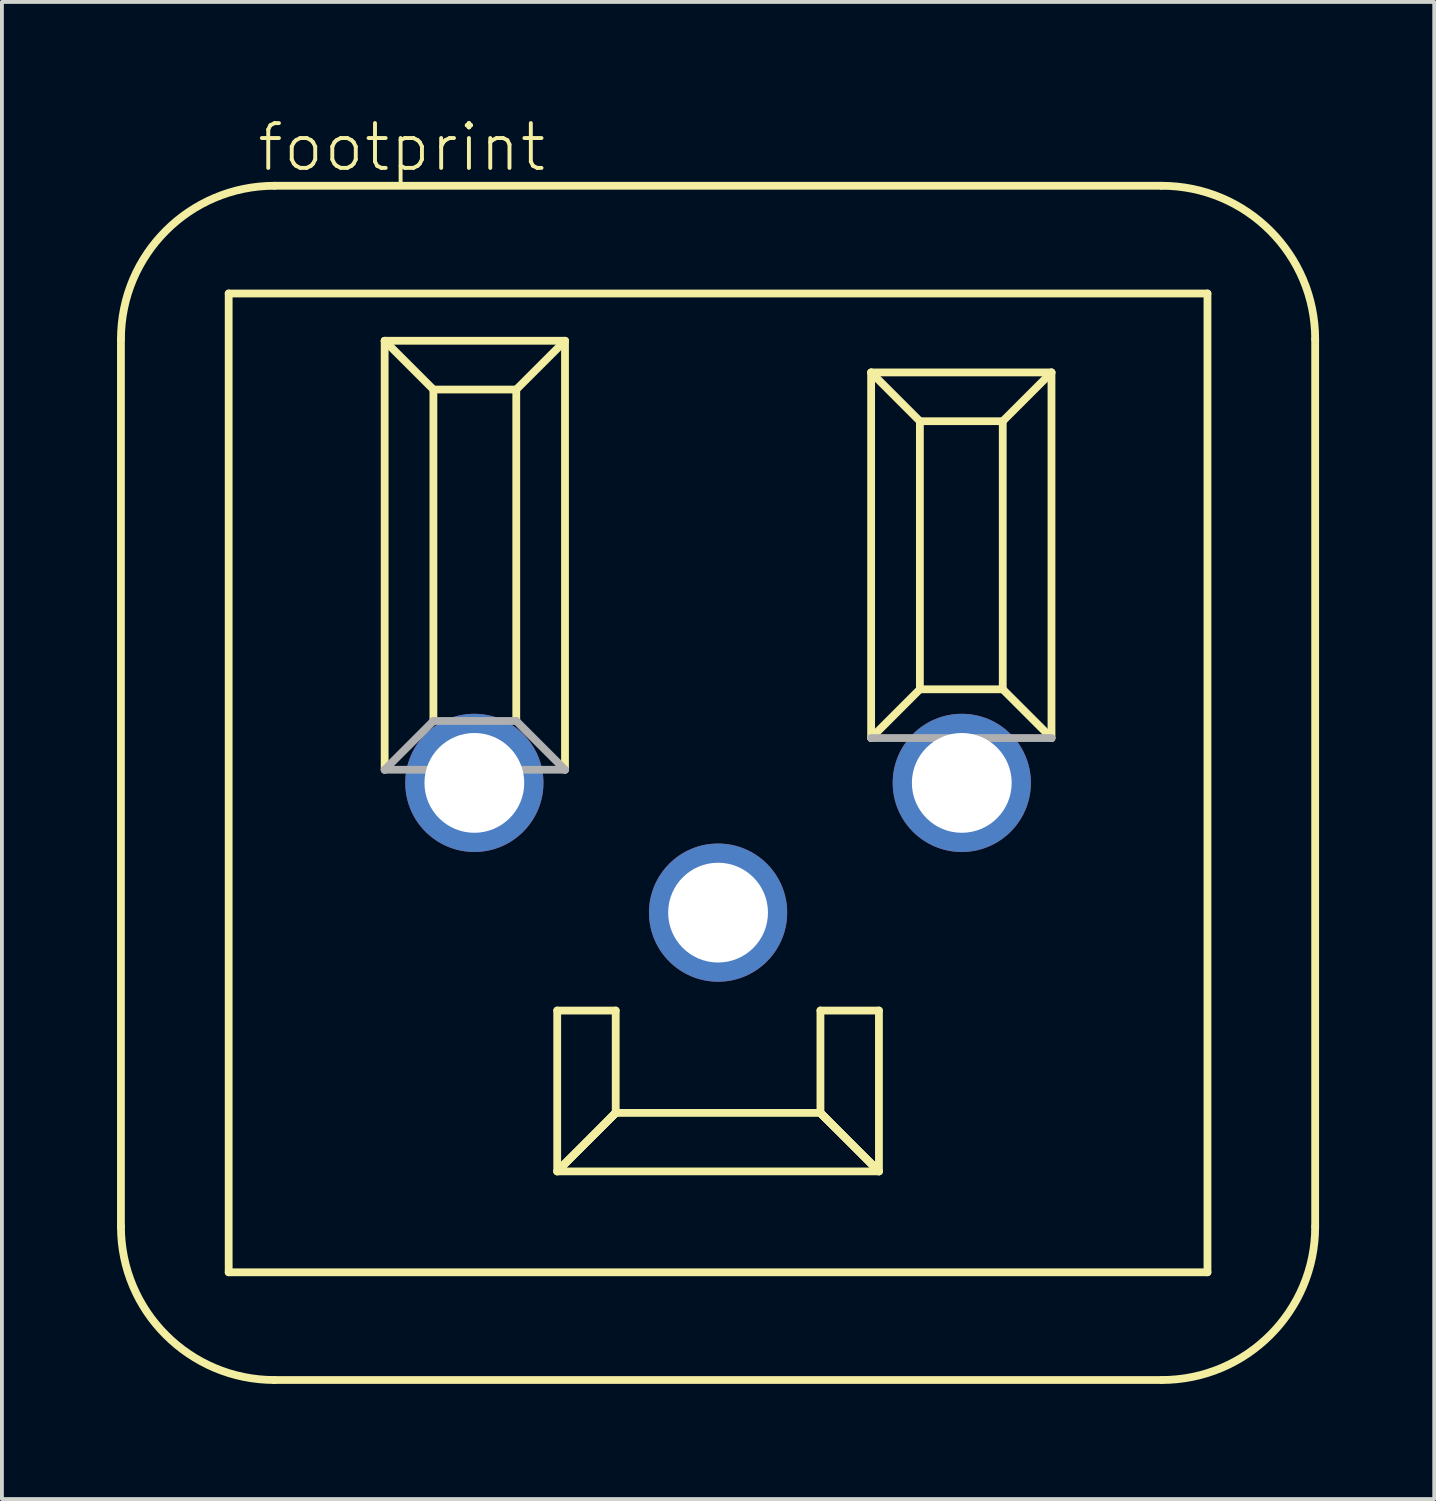
<source format=kicad_pcb>
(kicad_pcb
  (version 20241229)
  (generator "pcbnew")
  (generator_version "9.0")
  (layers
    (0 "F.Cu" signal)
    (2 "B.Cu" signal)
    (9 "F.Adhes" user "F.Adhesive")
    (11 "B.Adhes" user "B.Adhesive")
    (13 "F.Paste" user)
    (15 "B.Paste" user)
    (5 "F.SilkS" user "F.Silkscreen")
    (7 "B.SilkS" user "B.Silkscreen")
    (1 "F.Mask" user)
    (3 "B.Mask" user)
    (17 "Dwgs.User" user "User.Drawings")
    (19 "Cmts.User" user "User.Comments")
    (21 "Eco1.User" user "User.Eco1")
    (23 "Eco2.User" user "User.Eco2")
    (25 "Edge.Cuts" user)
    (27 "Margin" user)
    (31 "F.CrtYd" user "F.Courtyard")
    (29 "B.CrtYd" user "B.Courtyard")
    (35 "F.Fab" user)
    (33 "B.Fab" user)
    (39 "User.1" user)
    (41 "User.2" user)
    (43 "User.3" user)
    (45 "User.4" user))
  (footprint "footprint"
    (layer "F.Cu")
    (at 15.659 17.348)
    (property "Reference" "footprint" (at -12.065 -15.875 0) (layer "F.SilkS") (effects (font (size 1.168 1.168) (thickness 0.102)) (justify left bottom)))
    (fp_line (start -15.558 -11.558) (end -15.558 11.557) (stroke (width 0.203) (type solid)) (layer "F.SilkS"))
    (fp_line (start -12.751 -12.751) (end 12.751 -12.751) (stroke (width 0.203) (type solid)) (layer "F.SilkS"))
    (fp_line (start -12.751 12.751) (end -12.751 -12.751) (stroke (width 0.203) (type solid)) (layer "F.SilkS"))
    (fp_line (start -11.558 15.557) (end 11.557 15.557) (stroke (width 0.203) (type solid)) (layer "F.SilkS"))
    (fp_line (start -8.687 -11.519) (end -3.988 -11.519) (stroke (width 0.203) (type solid)) (layer "F.SilkS"))
    (fp_line (start -8.687 -0.343) (end -8.687 -11.519) (stroke (width 0.203) (type solid)) (layer "F.SilkS"))
    (fp_line (start -7.417 -10.249) (end -8.687 -11.519) (stroke (width 0.203) (type solid)) (layer "F.SilkS"))
    (fp_line (start -7.417 -10.249) (end -5.258 -10.249) (stroke (width 0.203) (type solid)) (layer "F.SilkS"))
    (fp_line (start -7.417 -1.613) (end -7.417 -10.249) (stroke (width 0.203) (type solid)) (layer "F.SilkS"))
    (fp_line (start -5.258 -10.249) (end -5.258 -1.613) (stroke (width 0.203) (type solid)) (layer "F.SilkS"))
    (fp_line (start -5.258 -10.249) (end -3.988 -11.519) (stroke (width 0.203) (type solid)) (layer "F.SilkS"))
    (fp_line (start -4.191 5.931) (end -2.667 5.931) (stroke (width 0.203) (type solid)) (layer "F.SilkS"))
    (fp_line (start -4.191 10.122) (end -4.191 5.931) (stroke (width 0.203) (type solid)) (layer "F.SilkS"))
    (fp_line (start -4.178 10.108) (end -4.191 10.122) (stroke (width 0.203) (type solid)) (layer "F.SilkS"))
    (fp_line (start -4.165 10.095) (end -4.178 10.108) (stroke (width 0.203) (type solid)) (layer "F.SilkS"))
    (fp_line (start -4.151 10.082) (end -4.165 10.095) (stroke (width 0.203) (type solid)) (layer "F.SilkS"))
    (fp_line (start -4.138 10.068) (end -4.151 10.082) (stroke (width 0.203) (type solid)) (layer "F.SilkS"))
    (fp_line (start -4.124 10.055) (end -4.138 10.068) (stroke (width 0.203) (type solid)) (layer "F.SilkS"))
    (fp_line (start -4.111 10.042) (end -4.124 10.055) (stroke (width 0.203) (type solid)) (layer "F.SilkS"))
    (fp_line (start -4.098 10.028) (end -4.111 10.042) (stroke (width 0.203) (type solid)) (layer "F.SilkS"))
    (fp_line (start -4.084 10.015) (end -4.098 10.028) (stroke (width 0.203) (type solid)) (layer "F.SilkS"))
    (fp_line (start -4.071 10.001) (end -4.084 10.015) (stroke (width 0.203) (type solid)) (layer "F.SilkS"))
    (fp_line (start -4.057 9.988) (end -4.071 10.001) (stroke (width 0.203) (type solid)) (layer "F.SilkS"))
    (fp_line (start -4.044 9.975) (end -4.057 9.988) (stroke (width 0.203) (type solid)) (layer "F.SilkS"))
    (fp_line (start -4.03 9.961) (end -4.044 9.975) (stroke (width 0.203) (type solid)) (layer "F.SilkS"))
    (fp_line (start -4.016 9.947) (end -4.03 9.961) (stroke (width 0.203) (type solid)) (layer "F.SilkS"))
    (fp_line (start -4.001 9.932) (end -4.016 9.947) (stroke (width 0.203) (type solid)) (layer "F.SilkS"))
    (fp_line (start -3.988 -11.519) (end -3.988 -0.343) (stroke (width 0.203) (type solid)) (layer "F.SilkS"))
    (fp_line (start -3.985 9.916) (end -4.001 9.932) (stroke (width 0.203) (type solid)) (layer "F.SilkS"))
    (fp_line (start -3.969 9.9) (end -3.985 9.916) (stroke (width 0.203) (type solid)) (layer "F.SilkS"))
    (fp_line (start -3.953 9.883) (end -3.969 9.9) (stroke (width 0.203) (type solid)) (layer "F.SilkS"))
    (fp_line (start -3.935 9.866) (end -3.953 9.883) (stroke (width 0.203) (type solid)) (layer "F.SilkS"))
    (fp_line (start -3.917 9.848) (end -3.935 9.866) (stroke (width 0.203) (type solid)) (layer "F.SilkS"))
    (fp_line (start -3.899 9.829) (end -3.917 9.848) (stroke (width 0.203) (type solid)) (layer "F.SilkS"))
    (fp_line (start -3.879 9.81) (end -3.899 9.829) (stroke (width 0.203) (type solid)) (layer "F.SilkS"))
    (fp_line (start -3.86 9.79) (end -3.879 9.81) (stroke (width 0.203) (type solid)) (layer "F.SilkS"))
    (fp_line (start -3.84 9.77) (end -3.86 9.79) (stroke (width 0.203) (type solid)) (layer "F.SilkS"))
    (fp_line (start -3.82 9.75) (end -3.84 9.77) (stroke (width 0.203) (type solid)) (layer "F.SilkS"))
    (fp_line (start -3.8 9.73) (end -3.82 9.75) (stroke (width 0.203) (type solid)) (layer "F.SilkS"))
    (fp_line (start -3.78 9.71) (end -3.8 9.73) (stroke (width 0.203) (type solid)) (layer "F.SilkS"))
    (fp_line (start -3.76 9.69) (end -3.78 9.71) (stroke (width 0.203) (type solid)) (layer "F.SilkS"))
    (fp_line (start -3.74 9.67) (end -3.76 9.69) (stroke (width 0.203) (type solid)) (layer "F.SilkS"))
    (fp_line (start -3.72 9.65) (end -3.74 9.67) (stroke (width 0.203) (type solid)) (layer "F.SilkS"))
    (fp_line (start -3.7 9.63) (end -3.72 9.65) (stroke (width 0.203) (type solid)) (layer "F.SilkS"))
    (fp_line (start -3.68 9.61) (end -3.7 9.63) (stroke (width 0.203) (type solid)) (layer "F.SilkS"))
    (fp_line (start -3.66 9.591) (end -3.68 9.61) (stroke (width 0.203) (type solid)) (layer "F.SilkS"))
    (fp_line (start -3.64 9.571) (end -3.66 9.591) (stroke (width 0.203) (type solid)) (layer "F.SilkS"))
    (fp_line (start -3.62 9.551) (end -3.64 9.571) (stroke (width 0.203) (type solid)) (layer "F.SilkS"))
    (fp_line (start -3.601 9.531) (end -3.62 9.551) (stroke (width 0.203) (type solid)) (layer "F.SilkS"))
    (fp_line (start -3.581 9.512) (end -3.601 9.531) (stroke (width 0.203) (type solid)) (layer "F.SilkS"))
    (fp_line (start -3.561 9.492) (end -3.581 9.512) (stroke (width 0.203) (type solid)) (layer "F.SilkS"))
    (fp_line (start -3.542 9.473) (end -3.561 9.492) (stroke (width 0.203) (type solid)) (layer "F.SilkS"))
    (fp_line (start -3.523 9.453) (end -3.542 9.473) (stroke (width 0.203) (type solid)) (layer "F.SilkS"))
    (fp_line (start -3.503 9.434) (end -3.523 9.453) (stroke (width 0.203) (type solid)) (layer "F.SilkS"))
    (fp_line (start -3.484 9.415) (end -3.503 9.434) (stroke (width 0.203) (type solid)) (layer "F.SilkS"))
    (fp_line (start -3.465 9.395) (end -3.484 9.415) (stroke (width 0.203) (type solid)) (layer "F.SilkS"))
    (fp_line (start -3.446 9.376) (end -3.465 9.395) (stroke (width 0.203) (type solid)) (layer "F.SilkS"))
    (fp_line (start -3.427 9.357) (end -3.446 9.376) (stroke (width 0.203) (type solid)) (layer "F.SilkS"))
    (fp_line (start -3.408 9.338) (end -3.427 9.357) (stroke (width 0.203) (type solid)) (layer "F.SilkS"))
    (fp_line (start -3.389 9.32) (end -3.408 9.338) (stroke (width 0.203) (type solid)) (layer "F.SilkS"))
    (fp_line (start -3.37 9.301) (end -3.389 9.32) (stroke (width 0.203) (type solid)) (layer "F.SilkS"))
    (fp_line (start -3.352 9.282) (end -3.37 9.301) (stroke (width 0.203) (type solid)) (layer "F.SilkS"))
    (fp_line (start -3.333 9.264) (end -3.352 9.282) (stroke (width 0.203) (type solid)) (layer "F.SilkS"))
    (fp_line (start -3.315 9.246) (end -3.333 9.264) (stroke (width 0.203) (type solid)) (layer "F.SilkS"))
    (fp_line (start -3.297 9.227) (end -3.315 9.246) (stroke (width 0.203) (type solid)) (layer "F.SilkS"))
    (fp_line (start -3.279 9.209) (end -3.297 9.227) (stroke (width 0.203) (type solid)) (layer "F.SilkS"))
    (fp_line (start -3.261 9.191) (end -3.279 9.209) (stroke (width 0.203) (type solid)) (layer "F.SilkS"))
    (fp_line (start -3.243 9.174) (end -3.261 9.191) (stroke (width 0.203) (type solid)) (layer "F.SilkS"))
    (fp_line (start -3.225 9.156) (end -3.243 9.174) (stroke (width 0.203) (type solid)) (layer "F.SilkS"))
    (fp_line (start -3.208 9.138) (end -3.225 9.156) (stroke (width 0.203) (type solid)) (layer "F.SilkS"))
    (fp_line (start -3.19 9.121) (end -3.208 9.138) (stroke (width 0.203) (type solid)) (layer "F.SilkS"))
    (fp_line (start -3.173 9.104) (end -3.19 9.121) (stroke (width 0.203) (type solid)) (layer "F.SilkS"))
    (fp_line (start -3.156 9.087) (end -3.173 9.104) (stroke (width 0.203) (type solid)) (layer "F.SilkS"))
    (fp_line (start -3.14 9.07) (end -3.156 9.087) (stroke (width 0.203) (type solid)) (layer "F.SilkS"))
    (fp_line (start -3.123 9.054) (end -3.14 9.07) (stroke (width 0.203) (type solid)) (layer "F.SilkS"))
    (fp_line (start -3.107 9.037) (end -3.123 9.054) (stroke (width 0.203) (type solid)) (layer "F.SilkS"))
    (fp_line (start -3.09 9.021) (end -3.107 9.037) (stroke (width 0.203) (type solid)) (layer "F.SilkS"))
    (fp_line (start -3.074 9.005) (end -3.09 9.021) (stroke (width 0.203) (type solid)) (layer "F.SilkS"))
    (fp_line (start -3.058 8.989) (end -3.074 9.005) (stroke (width 0.203) (type solid)) (layer "F.SilkS"))
    (fp_line (start -3.043 8.973) (end -3.058 8.989) (stroke (width 0.203) (type solid)) (layer "F.SilkS"))
    (fp_line (start -3.027 8.958) (end -3.043 8.973) (stroke (width 0.203) (type solid)) (layer "F.SilkS"))
    (fp_line (start -3.012 8.943) (end -3.027 8.958) (stroke (width 0.203) (type solid)) (layer "F.SilkS"))
    (fp_line (start -2.997 8.928) (end -3.012 8.943) (stroke (width 0.203) (type solid)) (layer "F.SilkS"))
    (fp_line (start -2.983 8.913) (end -2.997 8.928) (stroke (width 0.203) (type solid)) (layer "F.SilkS"))
    (fp_line (start -2.968 8.899) (end -2.983 8.913) (stroke (width 0.203) (type solid)) (layer "F.SilkS"))
    (fp_line (start -2.954 8.885) (end -2.968 8.899) (stroke (width 0.203) (type solid)) (layer "F.SilkS"))
    (fp_line (start -2.94 8.871) (end -2.954 8.885) (stroke (width 0.203) (type solid)) (layer "F.SilkS"))
    (fp_line (start -2.927 8.858) (end -2.94 8.871) (stroke (width 0.203) (type solid)) (layer "F.SilkS"))
    (fp_line (start -2.914 8.844) (end -2.927 8.858) (stroke (width 0.203) (type solid)) (layer "F.SilkS"))
    (fp_line (start -2.901 8.831) (end -2.914 8.844) (stroke (width 0.203) (type solid)) (layer "F.SilkS"))
    (fp_line (start -2.888 8.818) (end -2.901 8.831) (stroke (width 0.203) (type solid)) (layer "F.SilkS"))
    (fp_line (start -2.875 8.806) (end -2.888 8.818) (stroke (width 0.203) (type solid)) (layer "F.SilkS"))
    (fp_line (start -2.863 8.794) (end -2.875 8.806) (stroke (width 0.203) (type solid)) (layer "F.SilkS"))
    (fp_line (start -2.852 8.782) (end -2.863 8.794) (stroke (width 0.203) (type solid)) (layer "F.SilkS"))
    (fp_line (start -2.84 8.771) (end -2.852 8.782) (stroke (width 0.203) (type solid)) (layer "F.SilkS"))
    (fp_line (start -2.829 8.76) (end -2.84 8.771) (stroke (width 0.203) (type solid)) (layer "F.SilkS"))
    (fp_line (start -2.819 8.75) (end -2.829 8.76) (stroke (width 0.203) (type solid)) (layer "F.SilkS"))
    (fp_line (start -2.809 8.739) (end -2.819 8.75) (stroke (width 0.203) (type solid)) (layer "F.SilkS"))
    (fp_line (start -2.799 8.73) (end -2.809 8.739) (stroke (width 0.203) (type solid)) (layer "F.SilkS"))
    (fp_line (start -2.79 8.72) (end -2.799 8.73) (stroke (width 0.203) (type solid)) (layer "F.SilkS"))
    (fp_line (start -2.781 8.711) (end -2.79 8.72) (stroke (width 0.203) (type solid)) (layer "F.SilkS"))
    (fp_line (start -2.772 8.702) (end -2.781 8.711) (stroke (width 0.203) (type solid)) (layer "F.SilkS"))
    (fp_line (start -2.764 8.694) (end -2.772 8.702) (stroke (width 0.203) (type solid)) (layer "F.SilkS"))
    (fp_line (start -2.756 8.686) (end -2.764 8.694) (stroke (width 0.203) (type solid)) (layer "F.SilkS"))
    (fp_line (start -2.748 8.679) (end -2.756 8.686) (stroke (width 0.203) (type solid)) (layer "F.SilkS"))
    (fp_line (start -2.741 8.672) (end -2.748 8.679) (stroke (width 0.203) (type solid)) (layer "F.SilkS"))
    (fp_line (start -2.734 8.665) (end -2.741 8.672) (stroke (width 0.203) (type solid)) (layer "F.SilkS"))
    (fp_line (start -2.728 8.659) (end -2.734 8.665) (stroke (width 0.203) (type solid)) (layer "F.SilkS"))
    (fp_line (start -2.722 8.653) (end -2.728 8.659) (stroke (width 0.203) (type solid)) (layer "F.SilkS"))
    (fp_line (start -2.717 8.647) (end -2.722 8.653) (stroke (width 0.203) (type solid)) (layer "F.SilkS"))
    (fp_line (start -2.712 8.642) (end -2.717 8.647) (stroke (width 0.203) (type solid)) (layer "F.SilkS"))
    (fp_line (start -2.707 8.637) (end -2.712 8.642) (stroke (width 0.203) (type solid)) (layer "F.SilkS"))
    (fp_line (start -2.702 8.633) (end -2.707 8.637) (stroke (width 0.203) (type solid)) (layer "F.SilkS"))
    (fp_line (start -2.698 8.629) (end -2.702 8.633) (stroke (width 0.203) (type solid)) (layer "F.SilkS"))
    (fp_line (start -2.695 8.625) (end -2.698 8.629) (stroke (width 0.203) (type solid)) (layer "F.SilkS"))
    (fp_line (start -2.691 8.621) (end -2.695 8.625) (stroke (width 0.203) (type solid)) (layer "F.SilkS"))
    (fp_line (start -2.687 8.618) (end -2.691 8.621) (stroke (width 0.203) (type solid)) (layer "F.SilkS"))
    (fp_line (start -2.684 8.614) (end -2.687 8.618) (stroke (width 0.203) (type solid)) (layer "F.SilkS"))
    (fp_line (start -2.681 8.611) (end -2.684 8.614) (stroke (width 0.203) (type solid)) (layer "F.SilkS"))
    (fp_line (start -2.678 8.608) (end -2.681 8.611) (stroke (width 0.203) (type solid)) (layer "F.SilkS"))
    (fp_line (start -2.675 8.605) (end -2.678 8.608) (stroke (width 0.203) (type solid)) (layer "F.SilkS"))
    (fp_line (start -2.672 8.603) (end -2.675 8.605) (stroke (width 0.203) (type solid)) (layer "F.SilkS"))
    (fp_line (start -2.67 8.6) (end -2.672 8.603) (stroke (width 0.203) (type solid)) (layer "F.SilkS"))
    (fp_line (start -2.667 8.598) (end -2.67 8.6) (stroke (width 0.203) (type solid)) (layer "F.SilkS"))
    (fp_line (start -2.667 8.598) (end -2.667 5.931) (stroke (width 0.203) (type solid)) (layer "F.SilkS"))
    (fp_line (start 2.667 5.931) (end 2.667 8.598) (stroke (width 0.203) (type solid)) (layer "F.SilkS"))
    (fp_line (start 2.667 8.598) (end -2.667 8.598) (stroke (width 0.203) (type solid)) (layer "F.SilkS"))
    (fp_line (start 2.667 8.598) (end 2.669 8.6) (stroke (width 0.203) (type solid)) (layer "F.SilkS"))
    (fp_line (start 2.669 8.6) (end 2.672 8.603) (stroke (width 0.203) (type solid)) (layer "F.SilkS"))
    (fp_line (start 2.672 8.603) (end 2.674 8.605) (stroke (width 0.203) (type solid)) (layer "F.SilkS"))
    (fp_line (start 2.674 8.605) (end 2.677 8.608) (stroke (width 0.203) (type solid)) (layer "F.SilkS"))
    (fp_line (start 2.677 8.608) (end 2.68 8.611) (stroke (width 0.203) (type solid)) (layer "F.SilkS"))
    (fp_line (start 2.68 8.611) (end 2.683 8.614) (stroke (width 0.203) (type solid)) (layer "F.SilkS"))
    (fp_line (start 2.683 8.614) (end 2.687 8.618) (stroke (width 0.203) (type solid)) (layer "F.SilkS"))
    (fp_line (start 2.687 8.618) (end 2.69 8.621) (stroke (width 0.203) (type solid)) (layer "F.SilkS"))
    (fp_line (start 2.69 8.621) (end 2.694 8.625) (stroke (width 0.203) (type solid)) (layer "F.SilkS"))
    (fp_line (start 2.694 8.625) (end 2.698 8.629) (stroke (width 0.203) (type solid)) (layer "F.SilkS"))
    (fp_line (start 2.698 8.629) (end 2.702 8.633) (stroke (width 0.203) (type solid)) (layer "F.SilkS"))
    (fp_line (start 2.702 8.633) (end 2.706 8.637) (stroke (width 0.203) (type solid)) (layer "F.SilkS"))
    (fp_line (start 2.706 8.637) (end 2.711 8.642) (stroke (width 0.203) (type solid)) (layer "F.SilkS"))
    (fp_line (start 2.711 8.642) (end 2.716 8.647) (stroke (width 0.203) (type solid)) (layer "F.SilkS"))
    (fp_line (start 2.716 8.647) (end 2.722 8.653) (stroke (width 0.203) (type solid)) (layer "F.SilkS"))
    (fp_line (start 2.722 8.653) (end 2.728 8.659) (stroke (width 0.203) (type solid)) (layer "F.SilkS"))
    (fp_line (start 2.728 8.659) (end 2.734 8.665) (stroke (width 0.203) (type solid)) (layer "F.SilkS"))
    (fp_line (start 2.734 8.665) (end 2.741 8.672) (stroke (width 0.203) (type solid)) (layer "F.SilkS"))
    (fp_line (start 2.741 8.672) (end 2.748 8.679) (stroke (width 0.203) (type solid)) (layer "F.SilkS"))
    (fp_line (start 2.748 8.679) (end 2.755 8.686) (stroke (width 0.203) (type solid)) (layer "F.SilkS"))
    (fp_line (start 2.755 8.686) (end 2.763 8.694) (stroke (width 0.203) (type solid)) (layer "F.SilkS"))
    (fp_line (start 2.763 8.694) (end 2.771 8.702) (stroke (width 0.203) (type solid)) (layer "F.SilkS"))
    (fp_line (start 2.771 8.702) (end 2.78 8.711) (stroke (width 0.203) (type solid)) (layer "F.SilkS"))
    (fp_line (start 2.78 8.711) (end 2.789 8.72) (stroke (width 0.203) (type solid)) (layer "F.SilkS"))
    (fp_line (start 2.789 8.72) (end 2.799 8.73) (stroke (width 0.203) (type solid)) (layer "F.SilkS"))
    (fp_line (start 2.799 8.73) (end 2.808 8.739) (stroke (width 0.203) (type solid)) (layer "F.SilkS"))
    (fp_line (start 2.808 8.739) (end 2.819 8.75) (stroke (width 0.203) (type solid)) (layer "F.SilkS"))
    (fp_line (start 2.819 8.75) (end 2.829 8.76) (stroke (width 0.203) (type solid)) (layer "F.SilkS"))
    (fp_line (start 2.829 8.76) (end 2.84 8.771) (stroke (width 0.203) (type solid)) (layer "F.SilkS"))
    (fp_line (start 2.84 8.771) (end 2.851 8.782) (stroke (width 0.203) (type solid)) (layer "F.SilkS"))
    (fp_line (start 2.851 8.782) (end 2.863 8.794) (stroke (width 0.203) (type solid)) (layer "F.SilkS"))
    (fp_line (start 2.863 8.794) (end 2.875 8.806) (stroke (width 0.203) (type solid)) (layer "F.SilkS"))
    (fp_line (start 2.875 8.806) (end 2.887 8.818) (stroke (width 0.203) (type solid)) (layer "F.SilkS"))
    (fp_line (start 2.887 8.818) (end 2.9 8.831) (stroke (width 0.203) (type solid)) (layer "F.SilkS"))
    (fp_line (start 2.9 8.831) (end 2.913 8.844) (stroke (width 0.203) (type solid)) (layer "F.SilkS"))
    (fp_line (start 2.913 8.844) (end 2.927 8.858) (stroke (width 0.203) (type solid)) (layer "F.SilkS"))
    (fp_line (start 2.927 8.858) (end 2.94 8.871) (stroke (width 0.203) (type solid)) (layer "F.SilkS"))
    (fp_line (start 2.94 8.871) (end 2.954 8.885) (stroke (width 0.203) (type solid)) (layer "F.SilkS"))
    (fp_line (start 2.954 8.885) (end 2.968 8.899) (stroke (width 0.203) (type solid)) (layer "F.SilkS"))
    (fp_line (start 2.968 8.899) (end 2.982 8.913) (stroke (width 0.203) (type solid)) (layer "F.SilkS"))
    (fp_line (start 2.982 8.913) (end 2.997 8.928) (stroke (width 0.203) (type solid)) (layer "F.SilkS"))
    (fp_line (start 2.997 8.928) (end 3.012 8.943) (stroke (width 0.203) (type solid)) (layer "F.SilkS"))
    (fp_line (start 3.012 8.943) (end 3.027 8.958) (stroke (width 0.203) (type solid)) (layer "F.SilkS"))
    (fp_line (start 3.027 8.958) (end 3.042 8.973) (stroke (width 0.203) (type solid)) (layer "F.SilkS"))
    (fp_line (start 3.042 8.973) (end 3.058 8.989) (stroke (width 0.203) (type solid)) (layer "F.SilkS"))
    (fp_line (start 3.058 8.989) (end 3.074 9.005) (stroke (width 0.203) (type solid)) (layer "F.SilkS"))
    (fp_line (start 3.074 9.005) (end 3.09 9.021) (stroke (width 0.203) (type solid)) (layer "F.SilkS"))
    (fp_line (start 3.09 9.021) (end 3.106 9.037) (stroke (width 0.203) (type solid)) (layer "F.SilkS"))
    (fp_line (start 3.106 9.037) (end 3.123 9.054) (stroke (width 0.203) (type solid)) (layer "F.SilkS"))
    (fp_line (start 3.123 9.054) (end 3.139 9.07) (stroke (width 0.203) (type solid)) (layer "F.SilkS"))
    (fp_line (start 3.139 9.07) (end 3.156 9.087) (stroke (width 0.203) (type solid)) (layer "F.SilkS"))
    (fp_line (start 3.156 9.087) (end 3.173 9.104) (stroke (width 0.203) (type solid)) (layer "F.SilkS"))
    (fp_line (start 3.173 9.104) (end 3.19 9.121) (stroke (width 0.203) (type solid)) (layer "F.SilkS"))
    (fp_line (start 3.19 9.121) (end 3.207 9.138) (stroke (width 0.203) (type solid)) (layer "F.SilkS"))
    (fp_line (start 3.207 9.138) (end 3.225 9.156) (stroke (width 0.203) (type solid)) (layer "F.SilkS"))
    (fp_line (start 3.225 9.156) (end 3.243 9.174) (stroke (width 0.203) (type solid)) (layer "F.SilkS"))
    (fp_line (start 3.243 9.174) (end 3.26 9.191) (stroke (width 0.203) (type solid)) (layer "F.SilkS"))
    (fp_line (start 3.26 9.191) (end 3.278 9.209) (stroke (width 0.203) (type solid)) (layer "F.SilkS"))
    (fp_line (start 3.278 9.209) (end 3.296 9.227) (stroke (width 0.203) (type solid)) (layer "F.SilkS"))
    (fp_line (start 3.296 9.227) (end 3.315 9.246) (stroke (width 0.203) (type solid)) (layer "F.SilkS"))
    (fp_line (start 3.315 9.246) (end 3.333 9.264) (stroke (width 0.203) (type solid)) (layer "F.SilkS"))
    (fp_line (start 3.333 9.264) (end 3.351 9.282) (stroke (width 0.203) (type solid)) (layer "F.SilkS"))
    (fp_line (start 3.351 9.282) (end 3.37 9.301) (stroke (width 0.203) (type solid)) (layer "F.SilkS"))
    (fp_line (start 3.37 9.301) (end 3.389 9.32) (stroke (width 0.203) (type solid)) (layer "F.SilkS"))
    (fp_line (start 3.389 9.32) (end 3.407 9.338) (stroke (width 0.203) (type solid)) (layer "F.SilkS"))
    (fp_line (start 3.407 9.338) (end 3.426 9.357) (stroke (width 0.203) (type solid)) (layer "F.SilkS"))
    (fp_line (start 3.426 9.357) (end 3.445 9.376) (stroke (width 0.203) (type solid)) (layer "F.SilkS"))
    (fp_line (start 3.445 9.376) (end 3.464 9.395) (stroke (width 0.203) (type solid)) (layer "F.SilkS"))
    (fp_line (start 3.464 9.395) (end 3.484 9.415) (stroke (width 0.203) (type solid)) (layer "F.SilkS"))
    (fp_line (start 3.484 9.415) (end 3.503 9.434) (stroke (width 0.203) (type solid)) (layer "F.SilkS"))
    (fp_line (start 3.503 9.434) (end 3.522 9.453) (stroke (width 0.203) (type solid)) (layer "F.SilkS"))
    (fp_line (start 3.522 9.453) (end 3.542 9.473) (stroke (width 0.203) (type solid)) (layer "F.SilkS"))
    (fp_line (start 3.542 9.473) (end 3.561 9.492) (stroke (width 0.203) (type solid)) (layer "F.SilkS"))
    (fp_line (start 3.561 9.492) (end 3.581 9.512) (stroke (width 0.203) (type solid)) (layer "F.SilkS"))
    (fp_line (start 3.581 9.512) (end 3.6 9.531) (stroke (width 0.203) (type solid)) (layer "F.SilkS"))
    (fp_line (start 3.6 9.531) (end 3.62 9.551) (stroke (width 0.203) (type solid)) (layer "F.SilkS"))
    (fp_line (start 3.62 9.551) (end 3.64 9.571) (stroke (width 0.203) (type solid)) (layer "F.SilkS"))
    (fp_line (start 3.64 9.571) (end 3.66 9.591) (stroke (width 0.203) (type solid)) (layer "F.SilkS"))
    (fp_line (start 3.66 9.591) (end 3.679 9.61) (stroke (width 0.203) (type solid)) (layer "F.SilkS"))
    (fp_line (start 3.679 9.61) (end 3.699 9.63) (stroke (width 0.203) (type solid)) (layer "F.SilkS"))
    (fp_line (start 3.699 9.63) (end 3.719 9.65) (stroke (width 0.203) (type solid)) (layer "F.SilkS"))
    (fp_line (start 3.719 9.65) (end 3.739 9.67) (stroke (width 0.203) (type solid)) (layer "F.SilkS"))
    (fp_line (start 3.739 9.67) (end 3.759 9.69) (stroke (width 0.203) (type solid)) (layer "F.SilkS"))
    (fp_line (start 3.759 9.69) (end 3.779 9.71) (stroke (width 0.203) (type solid)) (layer "F.SilkS"))
    (fp_line (start 3.779 9.71) (end 3.799 9.73) (stroke (width 0.203) (type solid)) (layer "F.SilkS"))
    (fp_line (start 3.799 9.73) (end 3.819 9.75) (stroke (width 0.203) (type solid)) (layer "F.SilkS"))
    (fp_line (start 3.819 9.75) (end 3.839 9.77) (stroke (width 0.203) (type solid)) (layer "F.SilkS"))
    (fp_line (start 3.839 9.77) (end 3.859 9.79) (stroke (width 0.203) (type solid)) (layer "F.SilkS"))
    (fp_line (start 3.859 9.79) (end 3.879 9.81) (stroke (width 0.203) (type solid)) (layer "F.SilkS"))
    (fp_line (start 3.879 9.81) (end 3.898 9.829) (stroke (width 0.203) (type solid)) (layer "F.SilkS"))
    (fp_line (start 3.898 9.829) (end 3.917 9.848) (stroke (width 0.203) (type solid)) (layer "F.SilkS"))
    (fp_line (start 3.917 9.848) (end 3.935 9.866) (stroke (width 0.203) (type solid)) (layer "F.SilkS"))
    (fp_line (start 3.935 9.866) (end 3.952 9.883) (stroke (width 0.203) (type solid)) (layer "F.SilkS"))
    (fp_line (start 3.952 9.883) (end 3.969 9.9) (stroke (width 0.203) (type solid)) (layer "F.SilkS"))
    (fp_line (start 3.969 9.9) (end 3.985 9.916) (stroke (width 0.203) (type solid)) (layer "F.SilkS"))
    (fp_line (start 3.985 9.916) (end 4.001 9.932) (stroke (width 0.203) (type solid)) (layer "F.SilkS"))
    (fp_line (start 3.988 -10.694) (end 8.687 -10.694) (stroke (width 0.203) (type solid)) (layer "F.SilkS"))
    (fp_line (start 3.988 -1.169) (end 3.988 -10.694) (stroke (width 0.203) (type solid)) (layer "F.SilkS"))
    (fp_line (start 4.001 9.932) (end 4.016 9.947) (stroke (width 0.203) (type solid)) (layer "F.SilkS"))
    (fp_line (start 4.016 9.947) (end 4.03 9.961) (stroke (width 0.203) (type solid)) (layer "F.SilkS"))
    (fp_line (start 4.03 9.961) (end 4.044 9.975) (stroke (width 0.203) (type solid)) (layer "F.SilkS"))
    (fp_line (start 4.044 9.975) (end 4.057 9.988) (stroke (width 0.203) (type solid)) (layer "F.SilkS"))
    (fp_line (start 4.057 9.988) (end 4.07 10.001) (stroke (width 0.203) (type solid)) (layer "F.SilkS"))
    (fp_line (start 4.07 10.001) (end 4.084 10.015) (stroke (width 0.203) (type solid)) (layer "F.SilkS"))
    (fp_line (start 4.084 10.015) (end 4.097 10.028) (stroke (width 0.203) (type solid)) (layer "F.SilkS"))
    (fp_line (start 4.097 10.028) (end 4.111 10.042) (stroke (width 0.203) (type solid)) (layer "F.SilkS"))
    (fp_line (start 4.111 10.042) (end 4.124 10.055) (stroke (width 0.203) (type solid)) (layer "F.SilkS"))
    (fp_line (start 4.124 10.055) (end 4.137 10.068) (stroke (width 0.203) (type solid)) (layer "F.SilkS"))
    (fp_line (start 4.137 10.068) (end 4.151 10.082) (stroke (width 0.203) (type solid)) (layer "F.SilkS"))
    (fp_line (start 4.151 10.082) (end 4.164 10.095) (stroke (width 0.203) (type solid)) (layer "F.SilkS"))
    (fp_line (start 4.164 10.095) (end 4.177 10.108) (stroke (width 0.203) (type solid)) (layer "F.SilkS"))
    (fp_line (start 4.177 10.108) (end 4.191 10.122) (stroke (width 0.203) (type solid)) (layer "F.SilkS"))
    (fp_line (start 4.191 5.931) (end 2.667 5.931) (stroke (width 0.203) (type solid)) (layer "F.SilkS"))
    (fp_line (start 4.191 5.931) (end 4.191 10.122) (stroke (width 0.203) (type solid)) (layer "F.SilkS"))
    (fp_line (start 4.191 10.122) (end -4.191 10.122) (stroke (width 0.203) (type solid)) (layer "F.SilkS"))
    (fp_line (start 5.258 -9.424) (end 3.988 -10.694) (stroke (width 0.203) (type solid)) (layer "F.SilkS"))
    (fp_line (start 5.258 -9.424) (end 7.417 -9.424) (stroke (width 0.203) (type solid)) (layer "F.SilkS"))
    (fp_line (start 5.258 -2.439) (end 3.988 -1.169) (stroke (width 0.203) (type solid)) (layer "F.SilkS"))
    (fp_line (start 5.258 -2.439) (end 5.258 -9.424) (stroke (width 0.203) (type solid)) (layer "F.SilkS"))
    (fp_line (start 7.417 -9.424) (end 7.417 -2.439) (stroke (width 0.203) (type solid)) (layer "F.SilkS"))
    (fp_line (start 7.417 -9.424) (end 8.687 -10.694) (stroke (width 0.203) (type solid)) (layer "F.SilkS"))
    (fp_line (start 7.417 -2.439) (end 5.258 -2.439) (stroke (width 0.203) (type solid)) (layer "F.SilkS"))
    (fp_line (start 7.417 -2.439) (end 8.687 -1.169) (stroke (width 0.203) (type solid)) (layer "F.SilkS"))
    (fp_line (start 8.687 -10.694) (end 8.687 -1.169) (stroke (width 0.203) (type solid)) (layer "F.SilkS"))
    (fp_line (start 11.557 -15.558) (end -11.558 -15.558) (stroke (width 0.203) (type solid)) (layer "F.SilkS"))
    (fp_line (start 12.751 -12.751) (end 12.751 12.751) (stroke (width 0.203) (type solid)) (layer "F.SilkS"))
    (fp_line (start 12.751 12.751) (end -12.751 12.751) (stroke (width 0.203) (type solid)) (layer "F.SilkS"))
    (fp_line (start 15.557 11.557) (end 15.557 -11.558) (stroke (width 0.203) (type solid)) (layer "F.SilkS"))
    (fp_arc (start -15.5576 -11.5576) (mid -14.386027 -14.386027) (end -11.5576 -15.5576) (stroke (width 0.2032) (type solid)) (layer "F.SilkS"))
    (fp_arc (start -11.5576 15.5574) (mid -14.386027 14.385827) (end -15.5576 11.5574) (stroke (width 0.2032) (type solid)) (layer "F.SilkS"))
    (fp_arc (start 11.5574 -15.5576) (mid 14.385827 -14.386027) (end 15.5574 -11.5576) (stroke (width 0.2032) (type solid)) (layer "F.SilkS"))
    (fp_arc (start 15.5574 11.5574) (mid 14.385827 14.385827) (end 11.5574 15.5574) (stroke (width 0.2032) (type solid)) (layer "F.SilkS"))
    (fp_line (start -7.417 -1.613) (end -8.687 -0.343) (stroke (width 0.203) (type solid)) (layer "F.Fab"))
    (fp_line (start -5.258 -1.613) (end -7.417 -1.613) (stroke (width 0.203) (type solid)) (layer "F.Fab"))
    (fp_line (start -5.258 -1.613) (end -3.988 -0.343) (stroke (width 0.203) (type solid)) (layer "F.Fab"))
    (fp_line (start -3.988 -0.343) (end -8.687 -0.343) (stroke (width 0.203) (type solid)) (layer "F.Fab"))
    (fp_line (start 8.687 -1.169) (end 3.988 -1.169) (stroke (width 0.203) (type solid)) (layer "F.Fab"))
    (pad "1" thru_hole circle (at -6.35 0) (size 3.6 3.6) (drill 2.6) (layers "*.Cu" "*.Mask"))
    (pad "2" thru_hole circle (at 6.35 0) (size 3.6 3.6) (drill 2.6) (layers "*.Cu" "*.Mask"))
    (pad "3" thru_hole circle (at 0 3.38) (size 3.6 3.6) (drill 2.6) (layers "*.Cu" "*.Mask")))
  (gr_rect
    (start -3 -3)
    (end 34.318 36.007)
    (stroke (width 0.1) (type default))
    (fill no)
    (layer "Edge.Cuts")))
</source>
